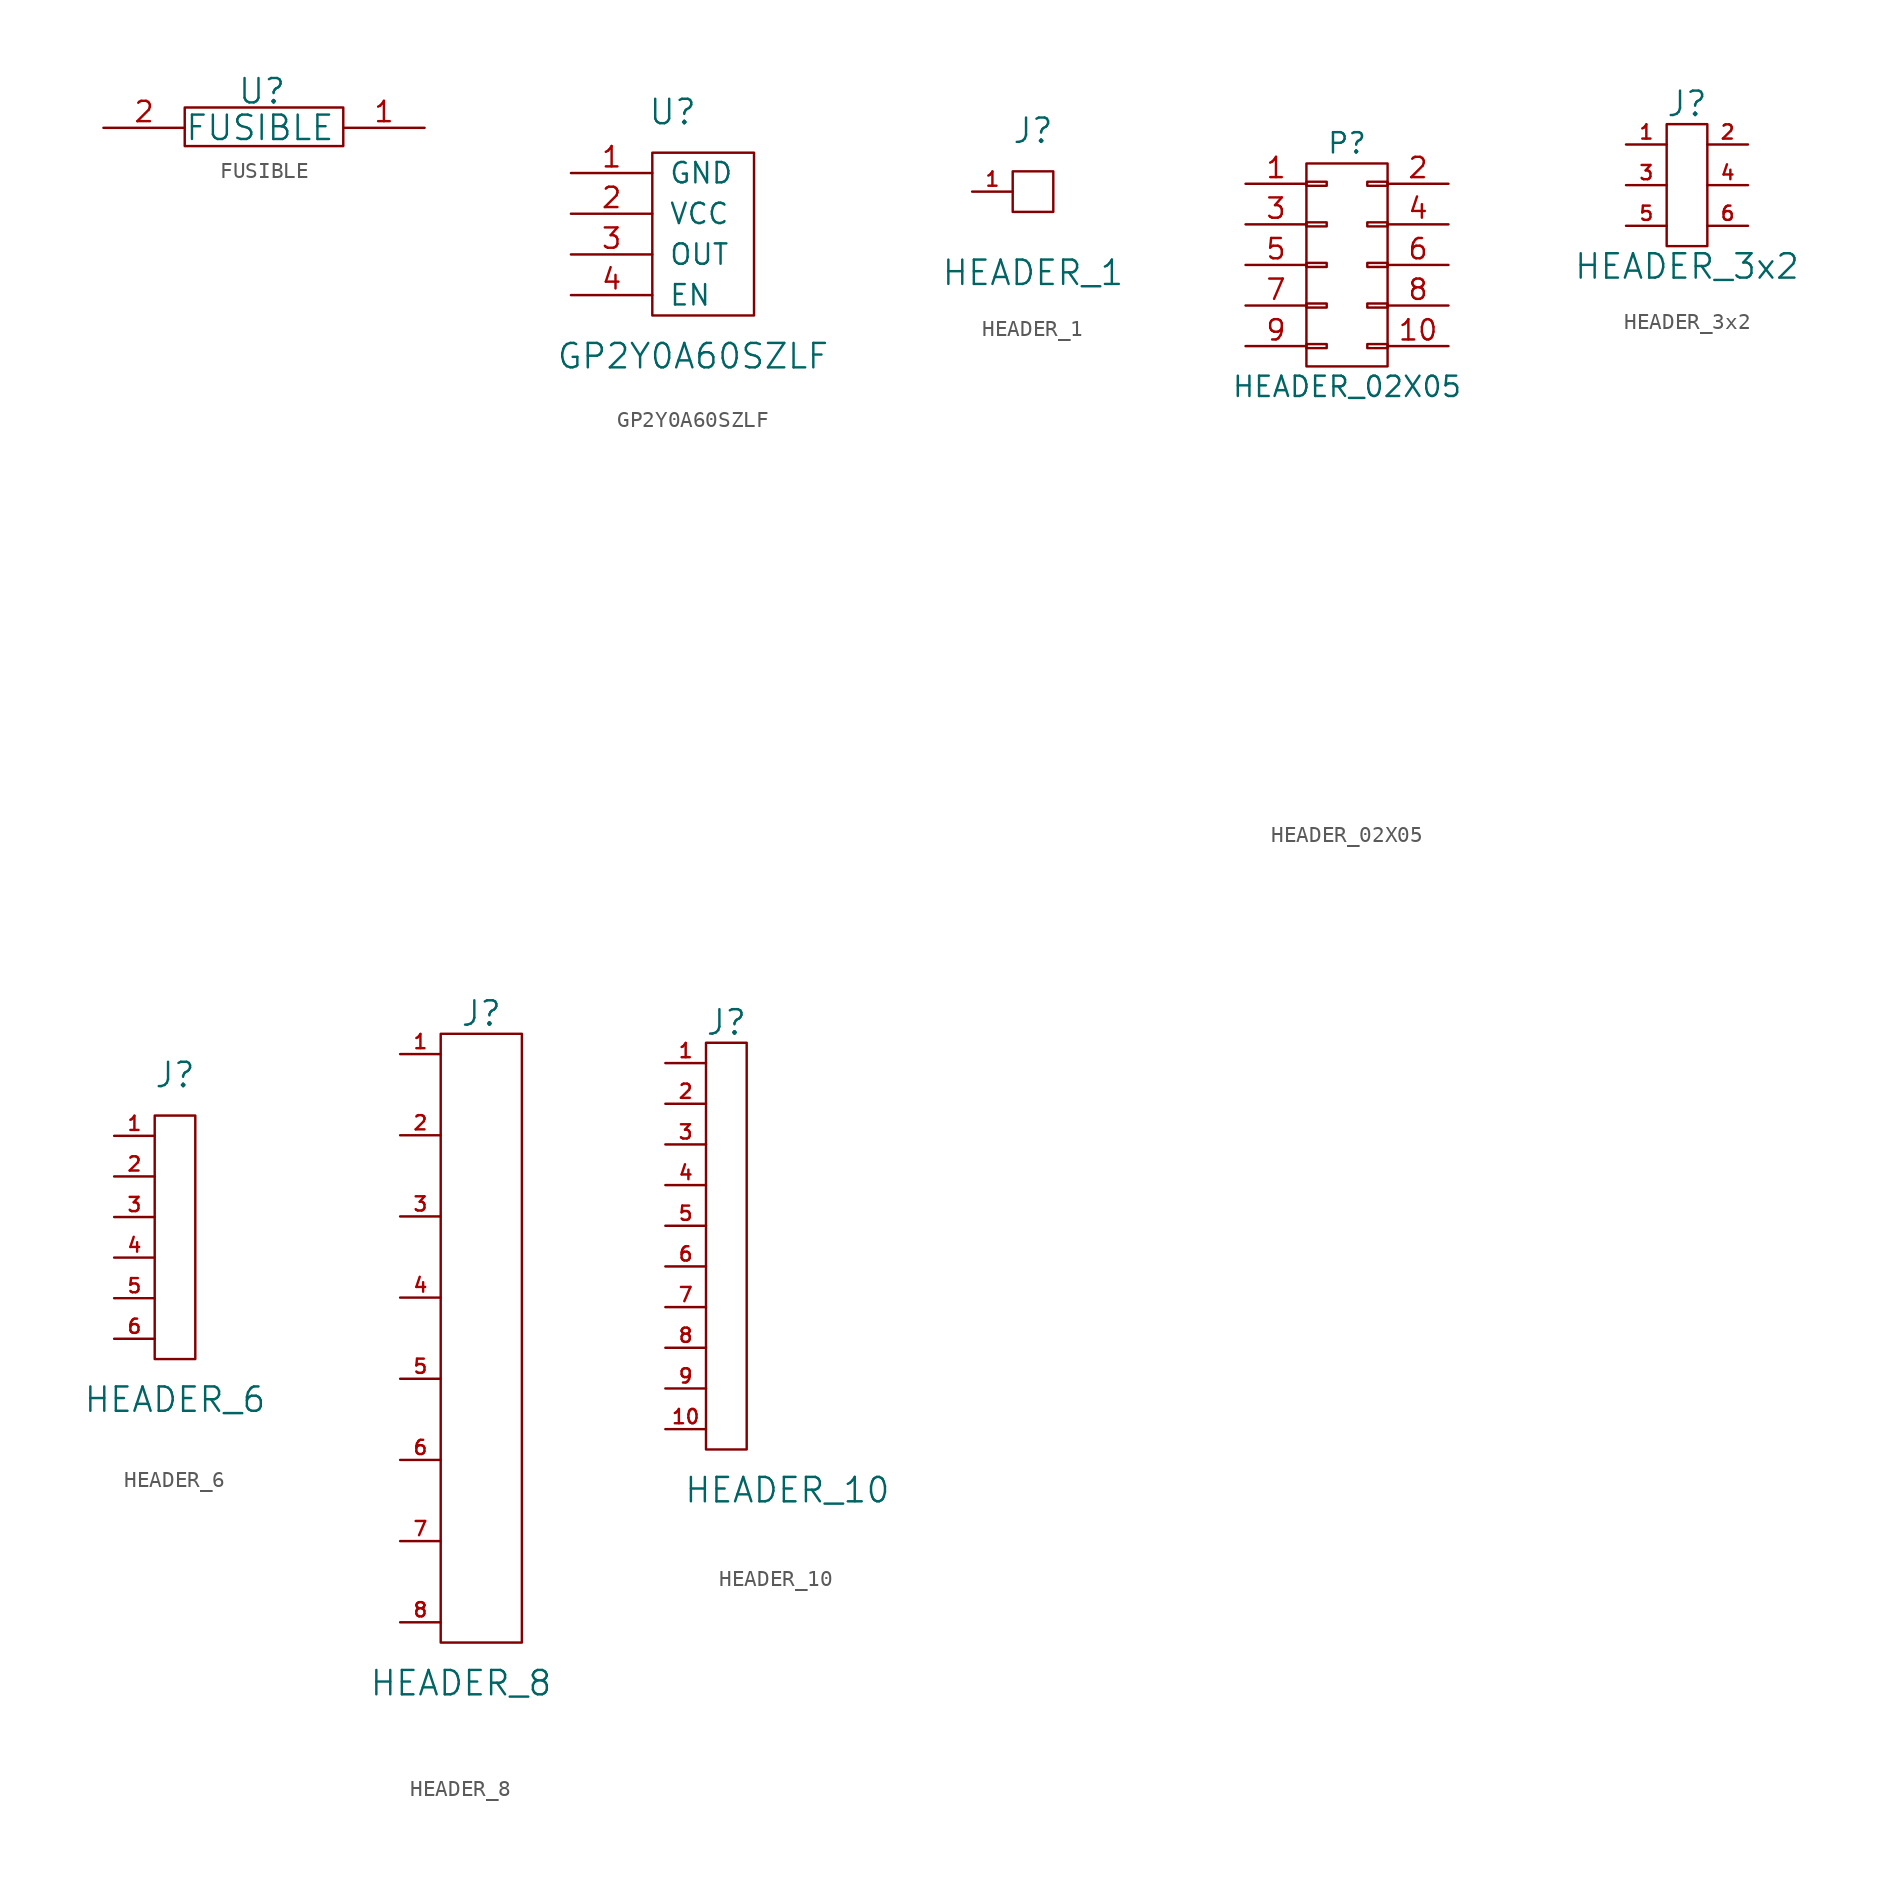
<source format=kicad_sym>
(kicad_symbol_lib
  (version 20211014)
  (generator kicad_symbol_editor)
  (symbol "FUSIBLE"
    (pin_names
      (offset 1.016))
    (property "Reference" "U"
      (at 0.127 2.286 0)
      (effects (font (size 1.524 1.524))))
    (property "Value" "FUSIBLE"
      (at 0 0 0)
      (effects (font (size 1.524 1.524))))
    (symbol "FUSIBLE_0_1"
      (rectangle (start -4.699 1.27) (end 5.207 -1.143) (stroke (width 0) (type default) (color 0 0 0 0)) (fill (type none))))
    (symbol "FUSIBLE_1_1"
      (pin input line (at 10.287 0 180) (length 5.08) (name "~" (effects (font (size 1.27 1.27)))) (number "1" (effects (font (size 1.27 1.27)))))
      (pin input line (at -9.779 0 0) (length 5.08) (name "~" (effects (font (size 1.27 1.27)))) (number "2" (effects (font (size 1.27 1.27)))))))
  (symbol "GP2Y0A60SZLF"
    (pin_names
      (offset 1.016))
    (property "Reference" "U"
      (at -1.27 7.62 0)
      (effects (font (size 1.524 1.524))))
    (property "Value" "GP2Y0A60SZLF"
      (at 0 -7.62 0)
      (effects (font (size 1.524 1.524))))
    (symbol "GP2Y0A60SZLF_0_1"
      (rectangle (start -2.54 5.08) (end 3.81 -5.08) (stroke (width 0) (type default) (color 0 0 0 0)) (fill (type none))))
    (symbol "GP2Y0A60SZLF_1_1"
      (pin passive line (at -7.62 3.81 0) (length 5.08) (name "GND" (effects (font (size 1.27 1.27)))) (number "1" (effects (font (size 1.27 1.27)))))
      (pin passive line (at -7.62 1.27 0) (length 5.08) (name "VCC" (effects (font (size 1.27 1.27)))) (number "2" (effects (font (size 1.27 1.27)))))
      (pin passive line (at -7.62 -1.27 0) (length 5.08) (name "OUT" (effects (font (size 1.27 1.27)))) (number "3" (effects (font (size 1.27 1.27)))))
      (pin passive line (at -7.62 -3.81 0) (length 5.08) (name "EN" (effects (font (size 1.27 1.27)))) (number "4" (effects (font (size 1.27 1.27)))))))
  (symbol "HEADER_1"
    (pin_names
      (offset 0))
    (property "Reference" "J"
      (at 1.27 3.81 0)
      (effects (font (size 1.524 1.524))))
    (property "Value" "HEADER_1"
      (at 1.27 -5.08 0)
      (effects (font (size 1.524 1.524))))
    (property "Footprint" ""
      (at 0 6.35 0)
      (effects (font (size 1.524 1.524))))
    (property "Datasheet" ""
      (at 0 6.35 0)
      (effects (font (size 1.524 1.524))))
    (symbol "HEADER_1_0_1"
      (rectangle (start 0 1.27) (end 2.54 -1.27) (stroke (width 0) (type default) (color 0 0 0 0)) (fill (type none))))
    (symbol "HEADER_1_1_1"
      (pin passive line (at -2.54 0 0) (length 2.54) (name "~" (effects (font (size 1.27 1.27)))) (number "1" (effects (font (size 0.889 0.889)))))))
  (symbol "HEADER_02X05"
    (pin_names
      (offset 0.025) hide)
    (property "Reference" "P"
      (at 0 7.62 0)
      (effects (font (size 1.27 1.27))))
    (property "Value" "HEADER_02X05"
      (at 0 -7.62 0)
      (effects (font (size 1.27 1.27))))
    (property "Footprint" ""
      (at 0 -30.48 0)
      (effects (font (size 1.27 1.27))))
    (property "Datasheet" ""
      (at 0 -30.48 0)
      (effects (font (size 1.27 1.27))))
    (symbol "HEADER_02X05_0_1"
      (rectangle (start -2.54 -4.953) (end -1.27 -5.207) (stroke (width 0) (type default) (color 0 0 0 0)) (fill (type none)))
      (rectangle (start -2.54 -2.413) (end -1.27 -2.667) (stroke (width 0) (type default) (color 0 0 0 0)) (fill (type none)))
      (rectangle (start -2.54 0.127) (end -1.27 -0.127) (stroke (width 0) (type default) (color 0 0 0 0)) (fill (type none)))
      (rectangle (start -2.54 2.667) (end -1.27 2.413) (stroke (width 0) (type default) (color 0 0 0 0)) (fill (type none)))
      (rectangle (start -2.54 5.207) (end -1.27 4.953) (stroke (width 0) (type default) (color 0 0 0 0)) (fill (type none)))
      (rectangle (start -2.54 6.35) (end 2.54 -6.35) (stroke (width 0) (type default) (color 0 0 0 0)) (fill (type none)))
      (rectangle (start 1.27 -4.953) (end 2.54 -5.207) (stroke (width 0) (type default) (color 0 0 0 0)) (fill (type none)))
      (rectangle (start 1.27 -2.413) (end 2.54 -2.667) (stroke (width 0) (type default) (color 0 0 0 0)) (fill (type none)))
      (rectangle (start 1.27 0.127) (end 2.54 -0.127) (stroke (width 0) (type default) (color 0 0 0 0)) (fill (type none)))
      (rectangle (start 1.27 2.667) (end 2.54 2.413) (stroke (width 0) (type default) (color 0 0 0 0)) (fill (type none)))
      (rectangle (start 1.27 5.207) (end 2.54 4.953) (stroke (width 0) (type default) (color 0 0 0 0)) (fill (type none))))
    (symbol "HEADER_02X05_1_1"
      (pin passive line (at -6.35 5.08 0) (length 3.81) (name "P1" (effects (font (size 1.27 1.27)))) (number "1" (effects (font (size 1.27 1.27)))))
      (pin passive line (at 6.35 -5.08 180) (length 3.81) (name "P10" (effects (font (size 1.27 1.27)))) (number "10" (effects (font (size 1.27 1.27)))))
      (pin passive line (at 6.35 5.08 180) (length 3.81) (name "P2" (effects (font (size 1.27 1.27)))) (number "2" (effects (font (size 1.27 1.27)))))
      (pin passive line (at -6.35 2.54 0) (length 3.81) (name "P3" (effects (font (size 1.27 1.27)))) (number "3" (effects (font (size 1.27 1.27)))))
      (pin passive line (at 6.35 2.54 180) (length 3.81) (name "P4" (effects (font (size 1.27 1.27)))) (number "4" (effects (font (size 1.27 1.27)))))
      (pin passive line (at -6.35 0 0) (length 3.81) (name "P5" (effects (font (size 1.27 1.27)))) (number "5" (effects (font (size 1.27 1.27)))))
      (pin passive line (at 6.35 0 180) (length 3.81) (name "P6" (effects (font (size 1.27 1.27)))) (number "6" (effects (font (size 1.27 1.27)))))
      (pin passive line (at -6.35 -2.54 0) (length 3.81) (name "P7" (effects (font (size 1.27 1.27)))) (number "7" (effects (font (size 1.27 1.27)))))
      (pin passive line (at 6.35 -2.54 180) (length 3.81) (name "P8" (effects (font (size 1.27 1.27)))) (number "8" (effects (font (size 1.27 1.27)))))
      (pin passive line (at -6.35 -5.08 0) (length 3.81) (name "P9" (effects (font (size 1.27 1.27)))) (number "9" (effects (font (size 1.27 1.27)))))))
  (symbol "HEADER_3x2"
    (pin_names
      (offset 0))
    (property "Reference" "J"
      (at 0 5.08 0)
      (effects (font (size 1.524 1.524))))
    (property "Value" "HEADER_3x2"
      (at 0 -5.08 0)
      (effects (font (size 1.524 1.524))))
    (property "Footprint" ""
      (at 0 0 0)
      (effects (font (size 1.524 1.524))))
    (property "Datasheet" ""
      (at 0 0 0)
      (effects (font (size 1.524 1.524))))
    (symbol "HEADER_3x2_0_1"
      (rectangle (start 1.27 3.81) (end -1.27 -3.81) (stroke (width 0) (type default) (color 0 0 0 0)) (fill (type none))))
    (symbol "HEADER_3x2_1_1"
      (pin passive line (at -3.81 2.54 0) (length 2.54) (name "~" (effects (font (size 1.27 1.27)))) (number "1" (effects (font (size 0.889 0.889)))))
      (pin passive line (at 3.81 2.54 180) (length 2.54) (name "~" (effects (font (size 1.27 1.27)))) (number "2" (effects (font (size 0.889 0.889)))))
      (pin passive line (at -3.81 0 0) (length 2.54) (name "~" (effects (font (size 1.27 1.27)))) (number "3" (effects (font (size 0.889 0.889)))))
      (pin passive line (at 3.81 0 180) (length 2.54) (name "~" (effects (font (size 1.27 1.27)))) (number "4" (effects (font (size 0.889 0.889)))))
      (pin passive line (at -3.81 -2.54 0) (length 2.54) (name "~" (effects (font (size 1.27 1.27)))) (number "5" (effects (font (size 0.889 0.889)))))
      (pin passive line (at 3.81 -2.54 180) (length 2.54) (name "~" (effects (font (size 1.27 1.27)))) (number "6" (effects (font (size 0.889 0.889)))))))
  (symbol "HEADER_6"
    (pin_names
      (offset 0))
    (property "Reference" "J"
      (at 1.27 10.16 0)
      (effects (font (size 1.524 1.524))))
    (property "Value" "HEADER_6"
      (at 1.27 -10.16 0)
      (effects (font (size 1.524 1.524))))
    (property "Footprint" ""
      (at 0 16.51 0)
      (effects (font (size 1.524 1.524))))
    (property "Datasheet" ""
      (at 0 16.51 0)
      (effects (font (size 1.524 1.524))))
    (symbol "HEADER_6_0_1"
      (rectangle (start 0 7.62) (end 2.54 -7.62) (stroke (width 0) (type default) (color 0 0 0 0)) (fill (type none))))
    (symbol "HEADER_6_1_1"
      (pin passive line (at -2.54 6.35 0) (length 2.54) (name "~" (effects (font (size 1.27 1.27)))) (number "1" (effects (font (size 0.889 0.889)))))
      (pin passive line (at -2.54 3.81 0) (length 2.54) (name "~" (effects (font (size 1.27 1.27)))) (number "2" (effects (font (size 0.889 0.889)))))
      (pin passive line (at -2.54 1.27 0) (length 2.54) (name "~" (effects (font (size 1.27 1.27)))) (number "3" (effects (font (size 0.889 0.889)))))
      (pin passive line (at -2.54 -1.27 0) (length 2.54) (name "~" (effects (font (size 1.27 1.27)))) (number "4" (effects (font (size 0.889 0.889)))))
      (pin input line (at -2.54 -3.81 0) (length 2.54) (name "~" (effects (font (size 1.27 1.27)))) (number "5" (effects (font (size 0.889 0.889)))))
      (pin input line (at -2.54 -6.35 0) (length 2.54) (name "~" (effects (font (size 1.27 1.27)))) (number "6" (effects (font (size 0.889 0.889)))))))
  (symbol "HEADER_8"
    (pin_names
      (offset 0))
    (property "Reference" "J"
      (at 2.54 17.78 0)
      (effects (font (size 1.524 1.524))))
    (property "Value" "HEADER_8"
      (at 1.27 -24.13 0)
      (effects (font (size 1.524 1.524))))
    (property "Footprint" ""
      (at 0 16.51 0)
      (effects (font (size 1.524 1.524))))
    (property "Datasheet" ""
      (at 0 16.51 0)
      (effects (font (size 1.524 1.524))))
    (symbol "HEADER_8_0_1"
      (rectangle (start 0 16.51) (end 5.08 -21.59) (stroke (width 0) (type default) (color 0 0 0 0)) (fill (type none))))
    (symbol "HEADER_8_1_1"
      (pin passive line (at -2.54 15.24 0) (length 2.54) (name "~" (effects (font (size 1.27 1.27)))) (number "1" (effects (font (size 0.889 0.889)))))
      (pin passive line (at -2.54 10.16 0) (length 2.54) (name "~" (effects (font (size 1.27 1.27)))) (number "2" (effects (font (size 0.889 0.889)))))
      (pin passive line (at -2.54 5.08 0) (length 2.54) (name "~" (effects (font (size 1.27 1.27)))) (number "3" (effects (font (size 0.889 0.889)))))
      (pin passive line (at -2.54 0 0) (length 2.54) (name "~" (effects (font (size 1.27 1.27)))) (number "4" (effects (font (size 0.889 0.889)))))
      (pin input line (at -2.54 -5.08 0) (length 2.54) (name "~" (effects (font (size 1.27 1.27)))) (number "5" (effects (font (size 0.889 0.889)))))
      (pin input line (at -2.54 -10.16 0) (length 2.54) (name "~" (effects (font (size 1.27 1.27)))) (number "6" (effects (font (size 0.889 0.889)))))
      (pin input line (at -2.54 -15.24 0) (length 2.54) (name "~" (effects (font (size 1.27 1.27)))) (number "7" (effects (font (size 0.889 0.889)))))
      (pin input line (at -2.54 -20.32 0) (length 2.54) (name "~" (effects (font (size 1.27 1.27)))) (number "8" (effects (font (size 0.889 0.889)))))))
  (symbol "HEADER_10"
    (pin_names
      (offset 0))
    (property "Reference" "J"
      (at 1.27 13.97 0)
      (effects (font (size 1.524 1.524))))
    (property "Value" "HEADER_10"
      (at 5.08 -15.24 0)
      (effects (font (size 1.524 1.524))))
    (property "Footprint" ""
      (at 0 16.51 0)
      (effects (font (size 1.524 1.524))))
    (property "Datasheet" ""
      (at 0 16.51 0)
      (effects (font (size 1.524 1.524))))
    (symbol "HEADER_10_0_1"
      (rectangle (start 0 12.7) (end 2.54 -12.7) (stroke (width 0) (type default) (color 0 0 0 0)) (fill (type none))))
    (symbol "HEADER_10_1_1"
      (pin passive line (at -2.54 11.43 0) (length 2.54) (name "~" (effects (font (size 1.27 1.27)))) (number "1" (effects (font (size 0.889 0.889)))))
      (pin input line (at -2.54 -11.43 0) (length 2.54) (name "~" (effects (font (size 1.27 1.27)))) (number "10" (effects (font (size 0.889 0.889)))))
      (pin passive line (at -2.54 8.89 0) (length 2.54) (name "~" (effects (font (size 1.27 1.27)))) (number "2" (effects (font (size 0.889 0.889)))))
      (pin passive line (at -2.54 6.35 0) (length 2.54) (name "~" (effects (font (size 1.27 1.27)))) (number "3" (effects (font (size 0.889 0.889)))))
      (pin passive line (at -2.54 3.81 0) (length 2.54) (name "~" (effects (font (size 1.27 1.27)))) (number "4" (effects (font (size 0.889 0.889)))))
      (pin input line (at -2.54 1.27 0) (length 2.54) (name "~" (effects (font (size 1.27 1.27)))) (number "5" (effects (font (size 0.889 0.889)))))
      (pin input line (at -2.54 -1.27 0) (length 2.54) (name "~" (effects (font (size 1.27 1.27)))) (number "6" (effects (font (size 0.889 0.889)))))
      (pin input line (at -2.54 -3.81 0) (length 2.54) (name "~" (effects (font (size 1.27 1.27)))) (number "7" (effects (font (size 0.889 0.889)))))
      (pin input line (at -2.54 -6.35 0) (length 2.54) (name "~" (effects (font (size 1.27 1.27)))) (number "8" (effects (font (size 0.889 0.889)))))
      (pin input line (at -2.54 -8.89 0) (length 2.54) (name "~" (effects (font (size 1.27 1.27)))) (number "9" (effects (font (size 0.889 0.889))))))))
</source>
